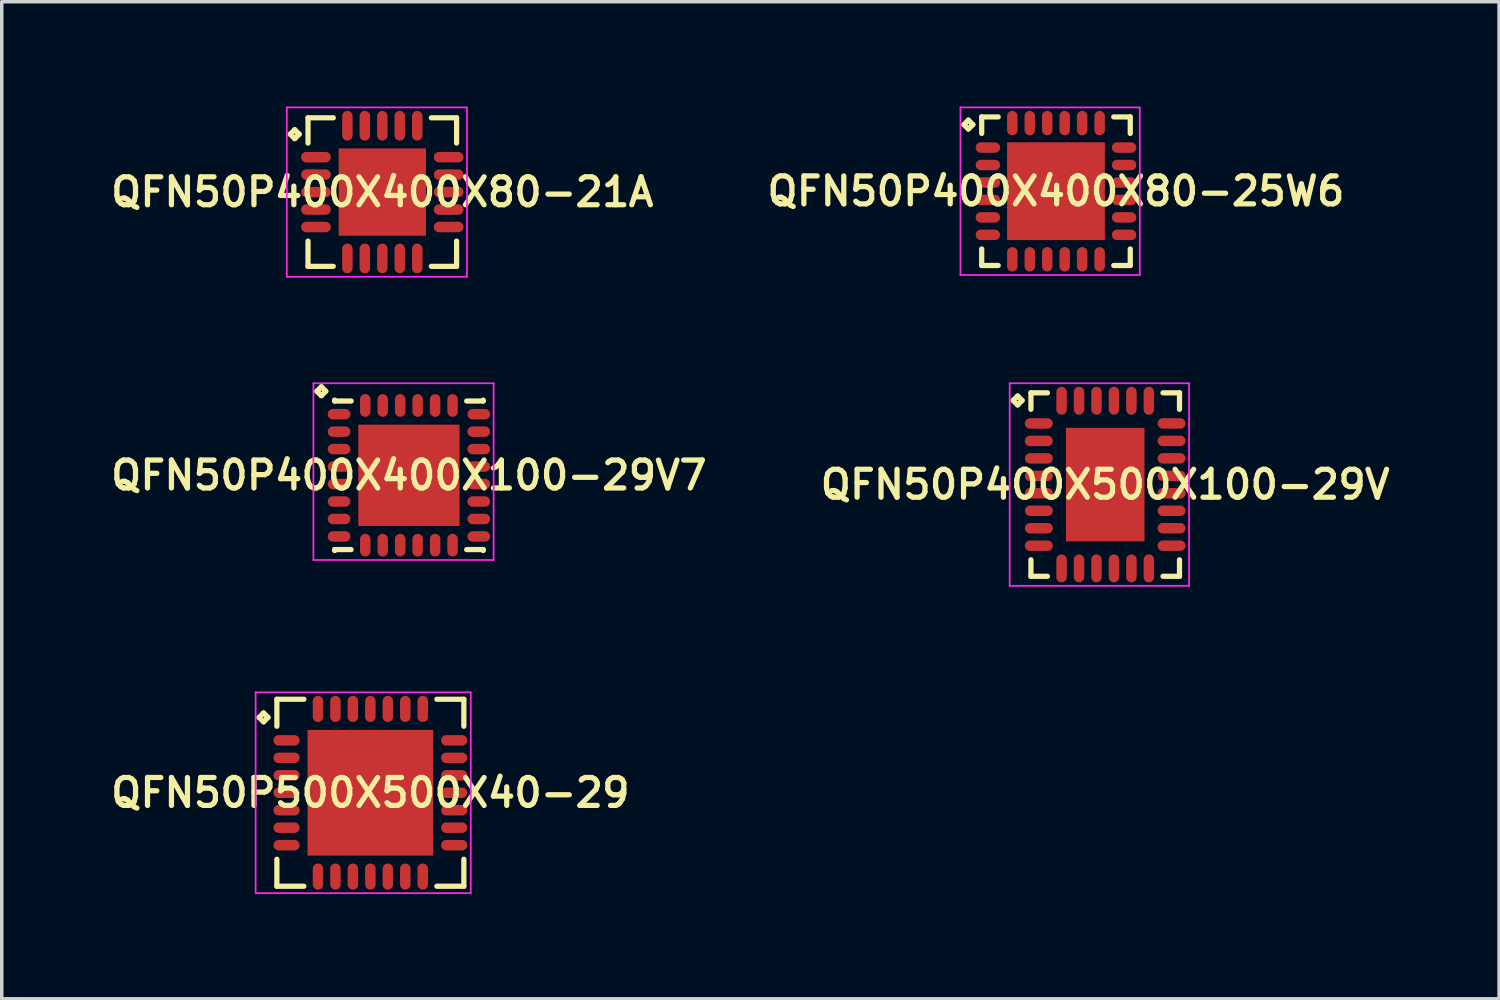
<source format=kicad_pcb>
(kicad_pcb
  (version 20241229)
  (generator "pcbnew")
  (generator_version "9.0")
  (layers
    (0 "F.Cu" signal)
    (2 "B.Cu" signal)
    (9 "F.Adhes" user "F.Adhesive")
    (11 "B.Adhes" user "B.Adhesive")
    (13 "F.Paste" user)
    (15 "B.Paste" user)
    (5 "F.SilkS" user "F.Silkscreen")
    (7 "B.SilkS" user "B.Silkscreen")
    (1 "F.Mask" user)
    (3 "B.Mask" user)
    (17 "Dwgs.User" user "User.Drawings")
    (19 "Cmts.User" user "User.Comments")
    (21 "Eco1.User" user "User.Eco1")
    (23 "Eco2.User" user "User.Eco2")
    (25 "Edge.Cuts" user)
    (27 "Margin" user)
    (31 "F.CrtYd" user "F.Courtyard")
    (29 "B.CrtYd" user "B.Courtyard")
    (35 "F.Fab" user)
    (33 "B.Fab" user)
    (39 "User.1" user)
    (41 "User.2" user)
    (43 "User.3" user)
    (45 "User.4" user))
  (footprint "QFN50P400X500X100-29V"
    (layer "F.Cu")
    (at 28.597 10.825)
    (property "Reference" "QFN50P400X500X100-29V" (at 0 0 0) (layer "F.SilkS") (effects (font (size 0.8 0.8) (thickness 0.15))))
    (attr smd)
    (fp_line (start -2.635 -2.408) (end -2.508 -2.535) (stroke (width 0.15) (type solid)) (layer "F.SilkS"))
    (fp_line (start -2.508 -2.535) (end -2.381 -2.408) (stroke (width 0.15) (type solid)) (layer "F.SilkS"))
    (fp_line (start -2.508 -2.281) (end -2.635 -2.408) (stroke (width 0.15) (type solid)) (layer "F.SilkS"))
    (fp_line (start -2.381 -2.408) (end -2.508 -2.281) (stroke (width 0.15) (type solid)) (layer "F.SilkS"))
    (fp_line (start -2.127 -2.627) (end -1.654 -2.627) (stroke (width 0.15) (type solid)) (layer "F.SilkS"))
    (fp_line (start -2.127 -2.154) (end -2.127 -2.627) (stroke (width 0.15) (type solid)) (layer "F.SilkS"))
    (fp_line (start -2.127 2.154) (end -2.127 2.627) (stroke (width 0.15) (type solid)) (layer "F.SilkS"))
    (fp_line (start -2.127 2.627) (end -1.654 2.627) (stroke (width 0.15) (type solid)) (layer "F.SilkS"))
    (fp_line (start 1.654 -2.627) (end 2.127 -2.627) (stroke (width 0.15) (type solid)) (layer "F.SilkS"))
    (fp_line (start 1.654 2.627) (end 2.127 2.627) (stroke (width 0.15) (type solid)) (layer "F.SilkS"))
    (fp_line (start 2.127 -2.627) (end 2.127 -2.154) (stroke (width 0.15) (type solid)) (layer "F.SilkS"))
    (fp_line (start 2.127 2.627) (end 2.127 2.154) (stroke (width 0.15) (type solid)) (layer "F.SilkS"))
    (fp_line (start -2.735 -2.9) (end 2.4 -2.9) (stroke (width 0.05) (type solid)) (layer "F.CrtYd"))
    (fp_line (start -2.735 2.9) (end -2.735 -2.9) (stroke (width 0.05) (type solid)) (layer "F.CrtYd"))
    (fp_line (start 2.4 -2.9) (end 2.4 2.9) (stroke (width 0.05) (type solid)) (layer "F.CrtYd"))
    (fp_line (start 2.4 2.9) (end -2.735 2.9) (stroke (width 0.05) (type solid)) (layer "F.CrtYd"))
    (pad "1" smd oval (at -1.9 -1.75) (size 0.8 0.3) (layers "F.Cu" "F.Mask" "F.Paste"))
    (pad "2" smd oval (at -1.9 -1.25) (size 0.8 0.3) (layers "F.Cu" "F.Mask" "F.Paste"))
    (pad "3" smd oval (at -1.9 -0.75) (size 0.8 0.3) (layers "F.Cu" "F.Mask" "F.Paste"))
    (pad "4" smd oval (at -1.9 -0.25) (size 0.8 0.3) (layers "F.Cu" "F.Mask" "F.Paste"))
    (pad "5" smd oval (at -1.9 0.25) (size 0.8 0.3) (layers "F.Cu" "F.Mask" "F.Paste"))
    (pad "6" smd oval (at -1.9 0.75) (size 0.8 0.3) (layers "F.Cu" "F.Mask" "F.Paste"))
    (pad "7" smd oval (at -1.9 1.25) (size 0.8 0.3) (layers "F.Cu" "F.Mask" "F.Paste"))
    (pad "8" smd oval (at -1.9 1.75) (size 0.8 0.3) (layers "F.Cu" "F.Mask" "F.Paste"))
    (pad "9" smd oval (at -1.25 2.4) (size 0.3 0.8) (layers "F.Cu" "F.Mask" "F.Paste"))
    (pad "10" smd oval (at -0.75 2.4) (size 0.3 0.8) (layers "F.Cu" "F.Mask" "F.Paste"))
    (pad "11" smd oval (at -0.25 2.4) (size 0.3 0.8) (layers "F.Cu" "F.Mask" "F.Paste"))
    (pad "12" smd oval (at 0.25 2.4) (size 0.3 0.8) (layers "F.Cu" "F.Mask" "F.Paste"))
    (pad "13" smd oval (at 0.75 2.4) (size 0.3 0.8) (layers "F.Cu" "F.Mask" "F.Paste"))
    (pad "14" smd oval (at 1.25 2.4) (size 0.3 0.8) (layers "F.Cu" "F.Mask" "F.Paste"))
    (pad "15" smd oval (at 1.9 1.75) (size 0.8 0.3) (layers "F.Cu" "F.Mask" "F.Paste"))
    (pad "16" smd oval (at 1.9 1.25) (size 0.8 0.3) (layers "F.Cu" "F.Mask" "F.Paste"))
    (pad "17" smd oval (at 1.9 0.75) (size 0.8 0.3) (layers "F.Cu" "F.Mask" "F.Paste"))
    (pad "18" smd oval (at 1.9 0.25) (size 0.8 0.3) (layers "F.Cu" "F.Mask" "F.Paste"))
    (pad "19" smd oval (at 1.9 -0.25) (size 0.8 0.3) (layers "F.Cu" "F.Mask" "F.Paste"))
    (pad "20" smd oval (at 1.9 -0.75) (size 0.8 0.3) (layers "F.Cu" "F.Mask" "F.Paste"))
    (pad "21" smd oval (at 1.9 -1.25) (size 0.8 0.3) (layers "F.Cu" "F.Mask" "F.Paste"))
    (pad "22" smd oval (at 1.9 -1.75) (size 0.8 0.3) (layers "F.Cu" "F.Mask" "F.Paste"))
    (pad "23" smd oval (at 1.25 -2.4) (size 0.3 0.8) (layers "F.Cu" "F.Mask" "F.Paste"))
    (pad "24" smd oval (at 0.75 -2.4) (size 0.3 0.8) (layers "F.Cu" "F.Mask" "F.Paste"))
    (pad "25" smd oval (at 0.25 -2.4) (size 0.3 0.8) (layers "F.Cu" "F.Mask" "F.Paste"))
    (pad "26" smd oval (at -0.25 -2.4) (size 0.3 0.8) (layers "F.Cu" "F.Mask" "F.Paste"))
    (pad "27" smd oval (at -0.75 -2.4) (size 0.3 0.8) (layers "F.Cu" "F.Mask" "F.Paste"))
    (pad "28" smd oval (at -1.25 -2.4) (size 0.3 0.8) (layers "F.Cu" "F.Mask" "F.Paste"))
    (pad "29" smd rect (at 0 0) (size 2.25 3.25) (layers "F.Cu" "F.Mask" "F.Paste")))
  (footprint "QFN50P500X500X40-29"
    (layer "F.Cu")
    (at 7.555 19.65)
    (property "Reference" "QFN50P500X500X40-29" (at 0 0 0) (layer "F.SilkS") (effects (font (size 0.8 0.8) (thickness 0.15))))
    (attr smd)
    (fp_line (start -3.185 -2.158) (end -3.058 -2.285) (stroke (width 0.15) (type solid)) (layer "F.SilkS"))
    (fp_line (start -3.058 -2.285) (end -2.931 -2.158) (stroke (width 0.15) (type solid)) (layer "F.SilkS"))
    (fp_line (start -3.058 -2.031) (end -3.185 -2.158) (stroke (width 0.15) (type solid)) (layer "F.SilkS"))
    (fp_line (start -2.931 -2.158) (end -3.058 -2.031) (stroke (width 0.15) (type solid)) (layer "F.SilkS"))
    (fp_line (start -2.677 -2.677) (end -1.904 -2.677) (stroke (width 0.15) (type solid)) (layer "F.SilkS"))
    (fp_line (start -2.677 -1.904) (end -2.677 -2.677) (stroke (width 0.15) (type solid)) (layer "F.SilkS"))
    (fp_line (start -2.677 1.904) (end -2.677 2.677) (stroke (width 0.15) (type solid)) (layer "F.SilkS"))
    (fp_line (start -2.677 2.677) (end -1.904 2.677) (stroke (width 0.15) (type solid)) (layer "F.SilkS"))
    (fp_line (start 1.904 -2.677) (end 2.677 -2.677) (stroke (width 0.15) (type solid)) (layer "F.SilkS"))
    (fp_line (start 1.904 2.677) (end 2.677 2.677) (stroke (width 0.15) (type solid)) (layer "F.SilkS"))
    (fp_line (start 2.677 -2.677) (end 2.677 -1.904) (stroke (width 0.15) (type solid)) (layer "F.SilkS"))
    (fp_line (start 2.677 2.677) (end 2.677 1.904) (stroke (width 0.15) (type solid)) (layer "F.SilkS"))
    (fp_line (start -3.285 -2.875) (end 2.875 -2.875) (stroke (width 0.05) (type solid)) (layer "F.CrtYd"))
    (fp_line (start -3.285 2.875) (end -3.285 -2.875) (stroke (width 0.05) (type solid)) (layer "F.CrtYd"))
    (fp_line (start 2.875 -2.875) (end 2.875 2.875) (stroke (width 0.05) (type solid)) (layer "F.CrtYd"))
    (fp_line (start 2.875 2.875) (end -3.285 2.875) (stroke (width 0.05) (type solid)) (layer "F.CrtYd"))
    (pad "1" smd oval (at -2.4 -1.5) (size 0.75 0.3) (layers "F.Cu" "F.Mask" "F.Paste"))
    (pad "2" smd oval (at -2.4 -1) (size 0.75 0.3) (layers "F.Cu" "F.Mask" "F.Paste"))
    (pad "3" smd oval (at -2.4 -0.5) (size 0.75 0.3) (layers "F.Cu" "F.Mask" "F.Paste"))
    (pad "4" smd oval (at -2.4 0) (size 0.75 0.3) (layers "F.Cu" "F.Mask" "F.Paste"))
    (pad "5" smd oval (at -2.4 0.5) (size 0.75 0.3) (layers "F.Cu" "F.Mask" "F.Paste"))
    (pad "6" smd oval (at -2.4 1) (size 0.75 0.3) (layers "F.Cu" "F.Mask" "F.Paste"))
    (pad "7" smd oval (at -2.4 1.5) (size 0.75 0.3) (layers "F.Cu" "F.Mask" "F.Paste"))
    (pad "8" smd oval (at -1.5 2.4) (size 0.3 0.75) (layers "F.Cu" "F.Mask" "F.Paste"))
    (pad "9" smd oval (at -1 2.4) (size 0.3 0.75) (layers "F.Cu" "F.Mask" "F.Paste"))
    (pad "10" smd oval (at -0.5 2.4) (size 0.3 0.75) (layers "F.Cu" "F.Mask" "F.Paste"))
    (pad "11" smd oval (at 0 2.4) (size 0.3 0.75) (layers "F.Cu" "F.Mask" "F.Paste"))
    (pad "12" smd oval (at 0.5 2.4) (size 0.3 0.75) (layers "F.Cu" "F.Mask" "F.Paste"))
    (pad "13" smd oval (at 1 2.4) (size 0.3 0.75) (layers "F.Cu" "F.Mask" "F.Paste"))
    (pad "14" smd oval (at 1.5 2.4) (size 0.3 0.75) (layers "F.Cu" "F.Mask" "F.Paste"))
    (pad "15" smd oval (at 2.4 1.5) (size 0.75 0.3) (layers "F.Cu" "F.Mask" "F.Paste"))
    (pad "16" smd oval (at 2.4 1) (size 0.75 0.3) (layers "F.Cu" "F.Mask" "F.Paste"))
    (pad "17" smd oval (at 2.4 0.5) (size 0.75 0.3) (layers "F.Cu" "F.Mask" "F.Paste"))
    (pad "18" smd oval (at 2.4 0) (size 0.75 0.3) (layers "F.Cu" "F.Mask" "F.Paste"))
    (pad "19" smd oval (at 2.4 -0.5) (size 0.75 0.3) (layers "F.Cu" "F.Mask" "F.Paste"))
    (pad "20" smd oval (at 2.4 -1) (size 0.75 0.3) (layers "F.Cu" "F.Mask" "F.Paste"))
    (pad "21" smd oval (at 2.4 -1.5) (size 0.75 0.3) (layers "F.Cu" "F.Mask" "F.Paste"))
    (pad "22" smd oval (at 1.5 -2.4) (size 0.3 0.75) (layers "F.Cu" "F.Mask" "F.Paste"))
    (pad "23" smd oval (at 1 -2.4) (size 0.3 0.75) (layers "F.Cu" "F.Mask" "F.Paste"))
    (pad "24" smd oval (at 0.5 -2.4) (size 0.3 0.75) (layers "F.Cu" "F.Mask" "F.Paste"))
    (pad "25" smd oval (at 0 -2.4) (size 0.3 0.75) (layers "F.Cu" "F.Mask" "F.Paste"))
    (pad "26" smd oval (at -0.5 -2.4) (size 0.3 0.75) (layers "F.Cu" "F.Mask" "F.Paste"))
    (pad "27" smd oval (at -1 -2.4) (size 0.3 0.75) (layers "F.Cu" "F.Mask" "F.Paste"))
    (pad "28" smd oval (at -1.5 -2.4) (size 0.3 0.75) (layers "F.Cu" "F.Mask" "F.Paste"))
    (pad "29" smd rect (at 0 0) (size 3.6 3.6) (layers "F.Cu" "F.Mask" "F.Paste")))
  (footprint "QFN50P400X400X80-25W6"
    (layer "F.Cu")
    (at 27.187 2.425)
    (property "Reference" "QFN50P400X400X80-25W6" (at 0 0 0) (layer "F.SilkS") (effects (font (size 0.8 0.8) (thickness 0.15))))
    (attr smd)
    (fp_line (start -2.635 -1.908) (end -2.508 -2.035) (stroke (width 0.15) (type solid)) (layer "F.SilkS"))
    (fp_line (start -2.508 -2.035) (end -2.381 -1.908) (stroke (width 0.15) (type solid)) (layer "F.SilkS"))
    (fp_line (start -2.508 -1.781) (end -2.635 -1.908) (stroke (width 0.15) (type solid)) (layer "F.SilkS"))
    (fp_line (start -2.381 -1.908) (end -2.508 -1.781) (stroke (width 0.15) (type solid)) (layer "F.SilkS"))
    (fp_line (start -2.127 -2.127) (end -1.654 -2.127) (stroke (width 0.15) (type solid)) (layer "F.SilkS"))
    (fp_line (start -2.127 -1.654) (end -2.127 -2.127) (stroke (width 0.15) (type solid)) (layer "F.SilkS"))
    (fp_line (start -2.127 1.654) (end -2.127 2.127) (stroke (width 0.15) (type solid)) (layer "F.SilkS"))
    (fp_line (start -2.127 2.127) (end -1.654 2.127) (stroke (width 0.15) (type solid)) (layer "F.SilkS"))
    (fp_line (start 1.654 -2.127) (end 2.127 -2.127) (stroke (width 0.15) (type solid)) (layer "F.SilkS"))
    (fp_line (start 1.654 2.127) (end 2.127 2.127) (stroke (width 0.15) (type solid)) (layer "F.SilkS"))
    (fp_line (start 2.127 -2.127) (end 2.127 -1.654) (stroke (width 0.15) (type solid)) (layer "F.SilkS"))
    (fp_line (start 2.127 2.127) (end 2.127 1.654) (stroke (width 0.15) (type solid)) (layer "F.SilkS"))
    (fp_line (start -2.735 -2.4) (end 2.4 -2.4) (stroke (width 0.05) (type solid)) (layer "F.CrtYd"))
    (fp_line (start -2.735 2.4) (end -2.735 -2.4) (stroke (width 0.05) (type solid)) (layer "F.CrtYd"))
    (fp_line (start 2.4 -2.4) (end 2.4 2.4) (stroke (width 0.05) (type solid)) (layer "F.CrtYd"))
    (fp_line (start 2.4 2.4) (end -2.735 2.4) (stroke (width 0.05) (type solid)) (layer "F.CrtYd"))
    (pad "1" smd oval (at -1.95 -1.25) (size 0.7 0.3) (layers "F.Cu" "F.Mask" "F.Paste"))
    (pad "2" smd oval (at -1.95 -0.75) (size 0.7 0.3) (layers "F.Cu" "F.Mask" "F.Paste"))
    (pad "3" smd oval (at -1.95 -0.25) (size 0.7 0.3) (layers "F.Cu" "F.Mask" "F.Paste"))
    (pad "4" smd oval (at -1.95 0.25) (size 0.7 0.3) (layers "F.Cu" "F.Mask" "F.Paste"))
    (pad "5" smd oval (at -1.95 0.75) (size 0.7 0.3) (layers "F.Cu" "F.Mask" "F.Paste"))
    (pad "6" smd oval (at -1.95 1.25) (size 0.7 0.3) (layers "F.Cu" "F.Mask" "F.Paste"))
    (pad "7" smd oval (at -1.25 1.95) (size 0.3 0.7) (layers "F.Cu" "F.Mask" "F.Paste"))
    (pad "8" smd oval (at -0.75 1.95) (size 0.3 0.7) (layers "F.Cu" "F.Mask" "F.Paste"))
    (pad "9" smd oval (at -0.25 1.95) (size 0.3 0.7) (layers "F.Cu" "F.Mask" "F.Paste"))
    (pad "10" smd oval (at 0.25 1.95) (size 0.3 0.7) (layers "F.Cu" "F.Mask" "F.Paste"))
    (pad "11" smd oval (at 0.75 1.95) (size 0.3 0.7) (layers "F.Cu" "F.Mask" "F.Paste"))
    (pad "12" smd oval (at 1.25 1.95) (size 0.3 0.7) (layers "F.Cu" "F.Mask" "F.Paste"))
    (pad "13" smd oval (at 1.95 1.25) (size 0.7 0.3) (layers "F.Cu" "F.Mask" "F.Paste"))
    (pad "14" smd oval (at 1.95 0.75) (size 0.7 0.3) (layers "F.Cu" "F.Mask" "F.Paste"))
    (pad "15" smd oval (at 1.95 0.25) (size 0.7 0.3) (layers "F.Cu" "F.Mask" "F.Paste"))
    (pad "16" smd oval (at 1.95 -0.25) (size 0.7 0.3) (layers "F.Cu" "F.Mask" "F.Paste"))
    (pad "17" smd oval (at 1.95 -0.75) (size 0.7 0.3) (layers "F.Cu" "F.Mask" "F.Paste"))
    (pad "18" smd oval (at 1.95 -1.25) (size 0.7 0.3) (layers "F.Cu" "F.Mask" "F.Paste"))
    (pad "19" smd oval (at 1.25 -1.95) (size 0.3 0.7) (layers "F.Cu" "F.Mask" "F.Paste"))
    (pad "20" smd oval (at 0.75 -1.95) (size 0.3 0.7) (layers "F.Cu" "F.Mask" "F.Paste"))
    (pad "21" smd oval (at 0.25 -1.95) (size 0.3 0.7) (layers "F.Cu" "F.Mask" "F.Paste"))
    (pad "22" smd oval (at -0.25 -1.95) (size 0.3 0.7) (layers "F.Cu" "F.Mask" "F.Paste"))
    (pad "23" smd oval (at -0.75 -1.95) (size 0.3 0.7) (layers "F.Cu" "F.Mask" "F.Paste"))
    (pad "24" smd oval (at -1.25 -1.95) (size 0.3 0.7) (layers "F.Cu" "F.Mask" "F.Paste"))
    (pad "25" smd rect (at 0 0) (size 2.8 2.8) (layers "F.Cu" "F.Mask" "F.Paste")))
  (footprint "QFN50P400X400X100-29V7"
    (layer "F.Cu")
    (at 8.659 10.56)
    (property "Reference" "QFN50P400X400X100-29V7" (at 0 0 0) (layer "F.SilkS") (effects (font (size 0.8 0.8) (thickness 0.15))))
    (attr smd)
    (fp_line (start -2.635 -2.408) (end -2.508 -2.535) (stroke (width 0.15) (type solid)) (layer "F.SilkS"))
    (fp_line (start -2.508 -2.535) (end -2.381 -2.408) (stroke (width 0.15) (type solid)) (layer "F.SilkS"))
    (fp_line (start -2.508 -2.281) (end -2.635 -2.408) (stroke (width 0.15) (type solid)) (layer "F.SilkS"))
    (fp_line (start -2.381 -2.408) (end -2.508 -2.281) (stroke (width 0.15) (type solid)) (layer "F.SilkS"))
    (fp_line (start -2.127 -2.154) (end -2.127 -2.127) (stroke (width 0.15) (type solid)) (layer "F.SilkS"))
    (fp_line (start -2.127 -2.127) (end -1.654 -2.127) (stroke (width 0.15) (type solid)) (layer "F.SilkS"))
    (fp_line (start -2.127 2.127) (end -1.654 2.127) (stroke (width 0.15) (type solid)) (layer "F.SilkS"))
    (fp_line (start -2.127 2.154) (end -2.127 2.127) (stroke (width 0.15) (type solid)) (layer "F.SilkS"))
    (fp_line (start 1.654 -2.127) (end 2.127 -2.127) (stroke (width 0.15) (type solid)) (layer "F.SilkS"))
    (fp_line (start 1.654 2.127) (end 2.127 2.127) (stroke (width 0.15) (type solid)) (layer "F.SilkS"))
    (fp_line (start 2.127 -2.127) (end 2.127 -2.154) (stroke (width 0.15) (type solid)) (layer "F.SilkS"))
    (fp_line (start 2.127 2.127) (end 2.127 2.154) (stroke (width 0.15) (type solid)) (layer "F.SilkS"))
    (fp_line (start -2.735 -2.635) (end 2.425 -2.635) (stroke (width 0.05) (type solid)) (layer "F.CrtYd"))
    (fp_line (start -2.735 2.425) (end -2.735 -2.635) (stroke (width 0.05) (type solid)) (layer "F.CrtYd"))
    (fp_line (start 2.425 -2.635) (end 2.425 2.425) (stroke (width 0.05) (type solid)) (layer "F.CrtYd"))
    (fp_line (start 2.425 2.425) (end -2.735 2.425) (stroke (width 0.05) (type solid)) (layer "F.CrtYd"))
    (pad "1" smd oval (at -2 -1.75) (size 0.65 0.3) (layers "F.Cu" "F.Mask" "F.Paste"))
    (pad "2" smd oval (at -2 -1.25) (size 0.65 0.3) (layers "F.Cu" "F.Mask" "F.Paste"))
    (pad "3" smd oval (at -2 -0.75) (size 0.65 0.3) (layers "F.Cu" "F.Mask" "F.Paste"))
    (pad "4" smd oval (at -2 -0.25) (size 0.65 0.3) (layers "F.Cu" "F.Mask" "F.Paste"))
    (pad "5" smd oval (at -2 0.25) (size 0.65 0.3) (layers "F.Cu" "F.Mask" "F.Paste"))
    (pad "6" smd oval (at -2 0.75) (size 0.65 0.3) (layers "F.Cu" "F.Mask" "F.Paste"))
    (pad "7" smd oval (at -2 1.25) (size 0.65 0.3) (layers "F.Cu" "F.Mask" "F.Paste"))
    (pad "8" smd oval (at -2 1.75) (size 0.65 0.3) (layers "F.Cu" "F.Mask" "F.Paste"))
    (pad "9" smd oval (at -1.25 2) (size 0.3 0.65) (layers "F.Cu" "F.Mask" "F.Paste"))
    (pad "10" smd oval (at -0.75 2) (size 0.3 0.65) (layers "F.Cu" "F.Mask" "F.Paste"))
    (pad "11" smd oval (at -0.25 2) (size 0.3 0.65) (layers "F.Cu" "F.Mask" "F.Paste"))
    (pad "12" smd oval (at 0.25 2) (size 0.3 0.65) (layers "F.Cu" "F.Mask" "F.Paste"))
    (pad "13" smd oval (at 0.75 2) (size 0.3 0.65) (layers "F.Cu" "F.Mask" "F.Paste"))
    (pad "14" smd oval (at 1.25 2) (size 0.3 0.65) (layers "F.Cu" "F.Mask" "F.Paste"))
    (pad "15" smd oval (at 2 1.75) (size 0.65 0.3) (layers "F.Cu" "F.Mask" "F.Paste"))
    (pad "16" smd oval (at 2 1.25) (size 0.65 0.3) (layers "F.Cu" "F.Mask" "F.Paste"))
    (pad "17" smd oval (at 2 0.75) (size 0.65 0.3) (layers "F.Cu" "F.Mask" "F.Paste"))
    (pad "18" smd oval (at 2 0.25) (size 0.65 0.3) (layers "F.Cu" "F.Mask" "F.Paste"))
    (pad "19" smd oval (at 2 -0.25) (size 0.65 0.3) (layers "F.Cu" "F.Mask" "F.Paste"))
    (pad "20" smd oval (at 2 -0.75) (size 0.65 0.3) (layers "F.Cu" "F.Mask" "F.Paste"))
    (pad "21" smd oval (at 2 -1.25) (size 0.65 0.3) (layers "F.Cu" "F.Mask" "F.Paste"))
    (pad "22" smd oval (at 2 -1.75) (size 0.65 0.3) (layers "F.Cu" "F.Mask" "F.Paste"))
    (pad "23" smd oval (at 1.25 -2) (size 0.3 0.65) (layers "F.Cu" "F.Mask" "F.Paste"))
    (pad "24" smd oval (at 0.75 -2) (size 0.3 0.65) (layers "F.Cu" "F.Mask" "F.Paste"))
    (pad "25" smd oval (at 0.25 -2) (size 0.3 0.65) (layers "F.Cu" "F.Mask" "F.Paste"))
    (pad "26" smd oval (at -0.25 -2) (size 0.3 0.65) (layers "F.Cu" "F.Mask" "F.Paste"))
    (pad "27" smd oval (at -0.75 -2) (size 0.3 0.65) (layers "F.Cu" "F.Mask" "F.Paste"))
    (pad "28" smd oval (at -1.25 -2) (size 0.3 0.65) (layers "F.Cu" "F.Mask" "F.Paste"))
    (pad "29" smd rect (at 0 0) (size 2.9 2.9) (layers "F.Cu" "F.Mask" "F.Paste")))
  (footprint "QFN50P400X400X80-21A"
    (layer "F.Cu")
    (at 7.897 2.45)
    (property "Reference" "QFN50P400X400X80-21A" (at 0 0 0) (layer "F.SilkS") (effects (font (size 0.8 0.8) (thickness 0.15))))
    (attr smd)
    (fp_line (start -2.635 -1.658) (end -2.508 -1.785) (stroke (width 0.15) (type solid)) (layer "F.SilkS"))
    (fp_line (start -2.508 -1.785) (end -2.381 -1.658) (stroke (width 0.15) (type solid)) (layer "F.SilkS"))
    (fp_line (start -2.508 -1.531) (end -2.635 -1.658) (stroke (width 0.15) (type solid)) (layer "F.SilkS"))
    (fp_line (start -2.381 -1.658) (end -2.508 -1.531) (stroke (width 0.15) (type solid)) (layer "F.SilkS"))
    (fp_line (start -2.127 -2.127) (end -1.404 -2.127) (stroke (width 0.15) (type solid)) (layer "F.SilkS"))
    (fp_line (start -2.127 -1.404) (end -2.127 -2.127) (stroke (width 0.15) (type solid)) (layer "F.SilkS"))
    (fp_line (start -2.127 1.404) (end -2.127 2.127) (stroke (width 0.15) (type solid)) (layer "F.SilkS"))
    (fp_line (start -2.127 2.127) (end -1.404 2.127) (stroke (width 0.15) (type solid)) (layer "F.SilkS"))
    (fp_line (start 1.404 -2.127) (end 2.127 -2.127) (stroke (width 0.15) (type solid)) (layer "F.SilkS"))
    (fp_line (start 1.404 2.127) (end 2.127 2.127) (stroke (width 0.15) (type solid)) (layer "F.SilkS"))
    (fp_line (start 2.127 -2.127) (end 2.127 -1.404) (stroke (width 0.15) (type solid)) (layer "F.SilkS"))
    (fp_line (start 2.127 2.127) (end 2.127 1.404) (stroke (width 0.15) (type solid)) (layer "F.SilkS"))
    (fp_line (start -2.735 -2.425) (end 2.425 -2.425) (stroke (width 0.05) (type solid)) (layer "F.CrtYd"))
    (fp_line (start -2.735 2.425) (end -2.735 -2.425) (stroke (width 0.05) (type solid)) (layer "F.CrtYd"))
    (fp_line (start 2.425 -2.425) (end 2.425 2.425) (stroke (width 0.05) (type solid)) (layer "F.CrtYd"))
    (fp_line (start 2.425 2.425) (end -2.735 2.425) (stroke (width 0.05) (type solid)) (layer "F.CrtYd"))
    (pad "1" smd oval (at -1.9 -1) (size 0.85 0.3) (layers "F.Cu" "F.Mask" "F.Paste"))
    (pad "2" smd oval (at -1.9 -0.5) (size 0.85 0.3) (layers "F.Cu" "F.Mask" "F.Paste"))
    (pad "3" smd oval (at -1.9 0) (size 0.85 0.3) (layers "F.Cu" "F.Mask" "F.Paste"))
    (pad "4" smd oval (at -1.9 0.5) (size 0.85 0.3) (layers "F.Cu" "F.Mask" "F.Paste"))
    (pad "5" smd oval (at -1.9 1) (size 0.85 0.3) (layers "F.Cu" "F.Mask" "F.Paste"))
    (pad "6" smd oval (at -1 1.9) (size 0.3 0.85) (layers "F.Cu" "F.Mask" "F.Paste"))
    (pad "7" smd oval (at -0.5 1.9) (size 0.3 0.85) (layers "F.Cu" "F.Mask" "F.Paste"))
    (pad "8" smd oval (at 0 1.9) (size 0.3 0.85) (layers "F.Cu" "F.Mask" "F.Paste"))
    (pad "9" smd oval (at 0.5 1.9) (size 0.3 0.85) (layers "F.Cu" "F.Mask" "F.Paste"))
    (pad "10" smd oval (at 1 1.9) (size 0.3 0.85) (layers "F.Cu" "F.Mask" "F.Paste"))
    (pad "11" smd oval (at 1.9 1) (size 0.85 0.3) (layers "F.Cu" "F.Mask" "F.Paste"))
    (pad "12" smd oval (at 1.9 0.5) (size 0.85 0.3) (layers "F.Cu" "F.Mask" "F.Paste"))
    (pad "13" smd oval (at 1.9 0) (size 0.85 0.3) (layers "F.Cu" "F.Mask" "F.Paste"))
    (pad "14" smd oval (at 1.9 -0.5) (size 0.85 0.3) (layers "F.Cu" "F.Mask" "F.Paste"))
    (pad "15" smd oval (at 1.9 -1) (size 0.85 0.3) (layers "F.Cu" "F.Mask" "F.Paste"))
    (pad "16" smd oval (at 1 -1.9) (size 0.3 0.85) (layers "F.Cu" "F.Mask" "F.Paste"))
    (pad "17" smd oval (at 0.5 -1.9) (size 0.3 0.85) (layers "F.Cu" "F.Mask" "F.Paste"))
    (pad "18" smd oval (at 0 -1.9) (size 0.3 0.85) (layers "F.Cu" "F.Mask" "F.Paste"))
    (pad "19" smd oval (at -0.5 -1.9) (size 0.3 0.85) (layers "F.Cu" "F.Mask" "F.Paste"))
    (pad "20" smd oval (at -1 -1.9) (size 0.3 0.85) (layers "F.Cu" "F.Mask" "F.Paste"))
    (pad "21" smd rect (at 0 0) (size 2.5 2.5) (layers "F.Cu" "F.Mask" "F.Paste")))
  (gr_rect
    (start -3 -3)
    (end 39.875 25.55)
    (stroke (width 0.1) (type default))
    (fill no)
    (layer "Edge.Cuts")))
</source>
